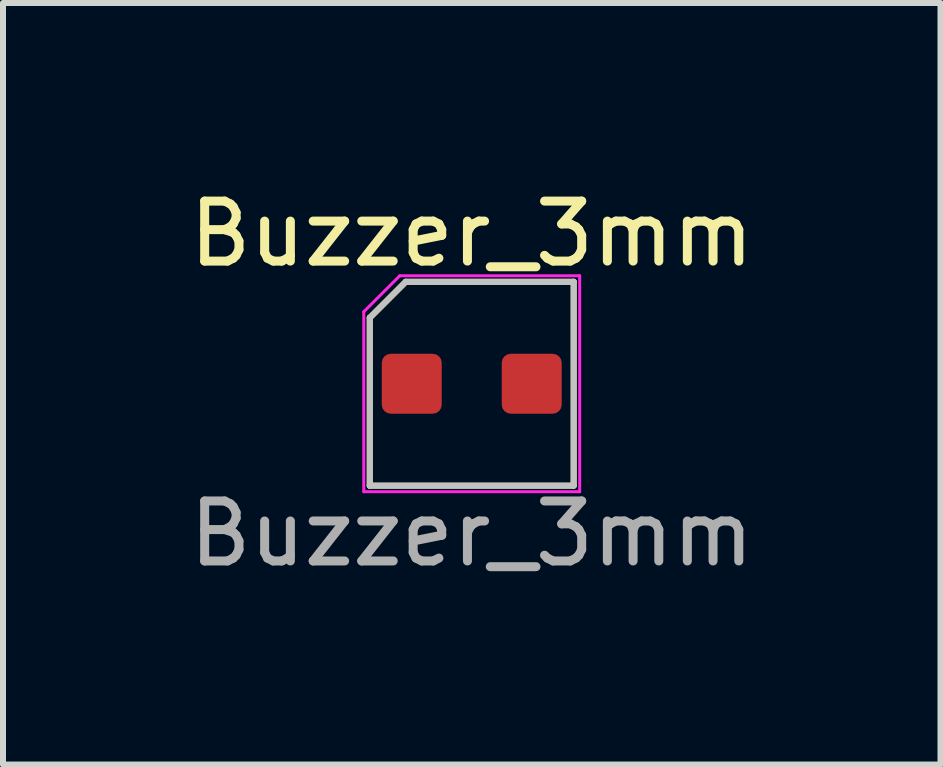
<source format=kicad_pcb>
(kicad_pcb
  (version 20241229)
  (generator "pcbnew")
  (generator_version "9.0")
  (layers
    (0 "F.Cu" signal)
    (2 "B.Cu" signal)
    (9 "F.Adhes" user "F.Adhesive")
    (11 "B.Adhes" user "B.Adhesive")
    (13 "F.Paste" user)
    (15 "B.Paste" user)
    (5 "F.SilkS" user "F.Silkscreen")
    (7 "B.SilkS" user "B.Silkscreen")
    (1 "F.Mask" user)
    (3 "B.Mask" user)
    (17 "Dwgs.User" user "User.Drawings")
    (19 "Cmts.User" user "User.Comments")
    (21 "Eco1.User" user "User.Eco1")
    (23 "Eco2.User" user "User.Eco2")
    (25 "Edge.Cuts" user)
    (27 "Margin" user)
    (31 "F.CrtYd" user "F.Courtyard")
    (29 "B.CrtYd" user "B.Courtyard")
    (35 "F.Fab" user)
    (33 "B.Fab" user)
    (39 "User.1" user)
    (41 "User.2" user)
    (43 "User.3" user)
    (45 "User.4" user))
  (footprint "Buzzer_3mm"
    (layer "F.Cu")
    (at 4.815 3.348)
    (property "Reference" "Buzzer_3mm" (at 0 -2.5 0) (layer "F.SilkS") (effects (font (size 1 1) (thickness 0.15))))
    (attr smd)
    (fp_line (start -1.7 -1.1) (end -1.7 1.7) (stroke (width 0.1) (type default)) (layer "F.SilkS"))
    (fp_line (start -1.7 1.7) (end 1.7 1.7) (stroke (width 0.1) (type default)) (layer "F.SilkS"))
    (fp_line (start -1.1 -1.7) (end -1.7 -1.1) (stroke (width 0.1) (type default)) (layer "F.SilkS"))
    (fp_line (start 1.7 -1.7) (end -1.1 -1.7) (stroke (width 0.1) (type default)) (layer "F.SilkS"))
    (fp_line (start 1.7 1.7) (end 1.7 -1.7) (stroke (width 0.1) (type default)) (layer "F.SilkS"))
    (fp_line (start -1.7 -1.1) (end -1.1 -1.7) (stroke (width 0.1) (type default)) (layer "Dwgs.User"))
    (fp_line (start -1.7 1.7) (end -1.7 -1.1) (stroke (width 0.1) (type default)) (layer "Dwgs.User"))
    (fp_line (start -1.1 -1.7) (end 1.7 -1.7) (stroke (width 0.1) (type default)) (layer "Dwgs.User"))
    (fp_line (start 1.7 -1.7) (end 1.7 1.7) (stroke (width 0.1) (type default)) (layer "Dwgs.User"))
    (fp_line (start 1.7 1.7) (end -1.7 1.7) (stroke (width 0.1) (type default)) (layer "Dwgs.User"))
    (fp_line (start -1.8 -1.2) (end -1.2 -1.8) (stroke (width 0.05) (type default)) (layer "F.CrtYd"))
    (fp_line (start -1.8 1.8) (end -1.8 -1.2) (stroke (width 0.05) (type default)) (layer "F.CrtYd"))
    (fp_line (start -1.2 -1.8) (end 1.8 -1.8) (stroke (width 0.05) (type default)) (layer "F.CrtYd"))
    (fp_line (start 1.8 -1.8) (end 1.8 1.8) (stroke (width 0.05) (type default)) (layer "F.CrtYd"))
    (fp_line (start 1.8 1.8) (end -1.8 1.8) (stroke (width 0.05) (type default)) (layer "F.CrtYd"))
    (fp_text user "${REFERENCE}" (at 0 2.5 0) (layer "F.Fab") (effects (font (size 1 1) (thickness 0.15))))
    (pad "1" smd roundrect (at -1 0) (size 1 1) (layers "F.Cu" "F.Mask" "F.Paste") (roundrect_rratio 0.15))
    (pad "2" smd roundrect (at 1 0) (size 1 1) (layers "F.Cu" "F.Mask" "F.Paste") (roundrect_rratio 0.15)))
  (gr_rect
    (start -3 -3)
    (end 12.631 9.697)
    (stroke (width 0.1) (type default))
    (fill no)
    (layer "Edge.Cuts")))
</source>
